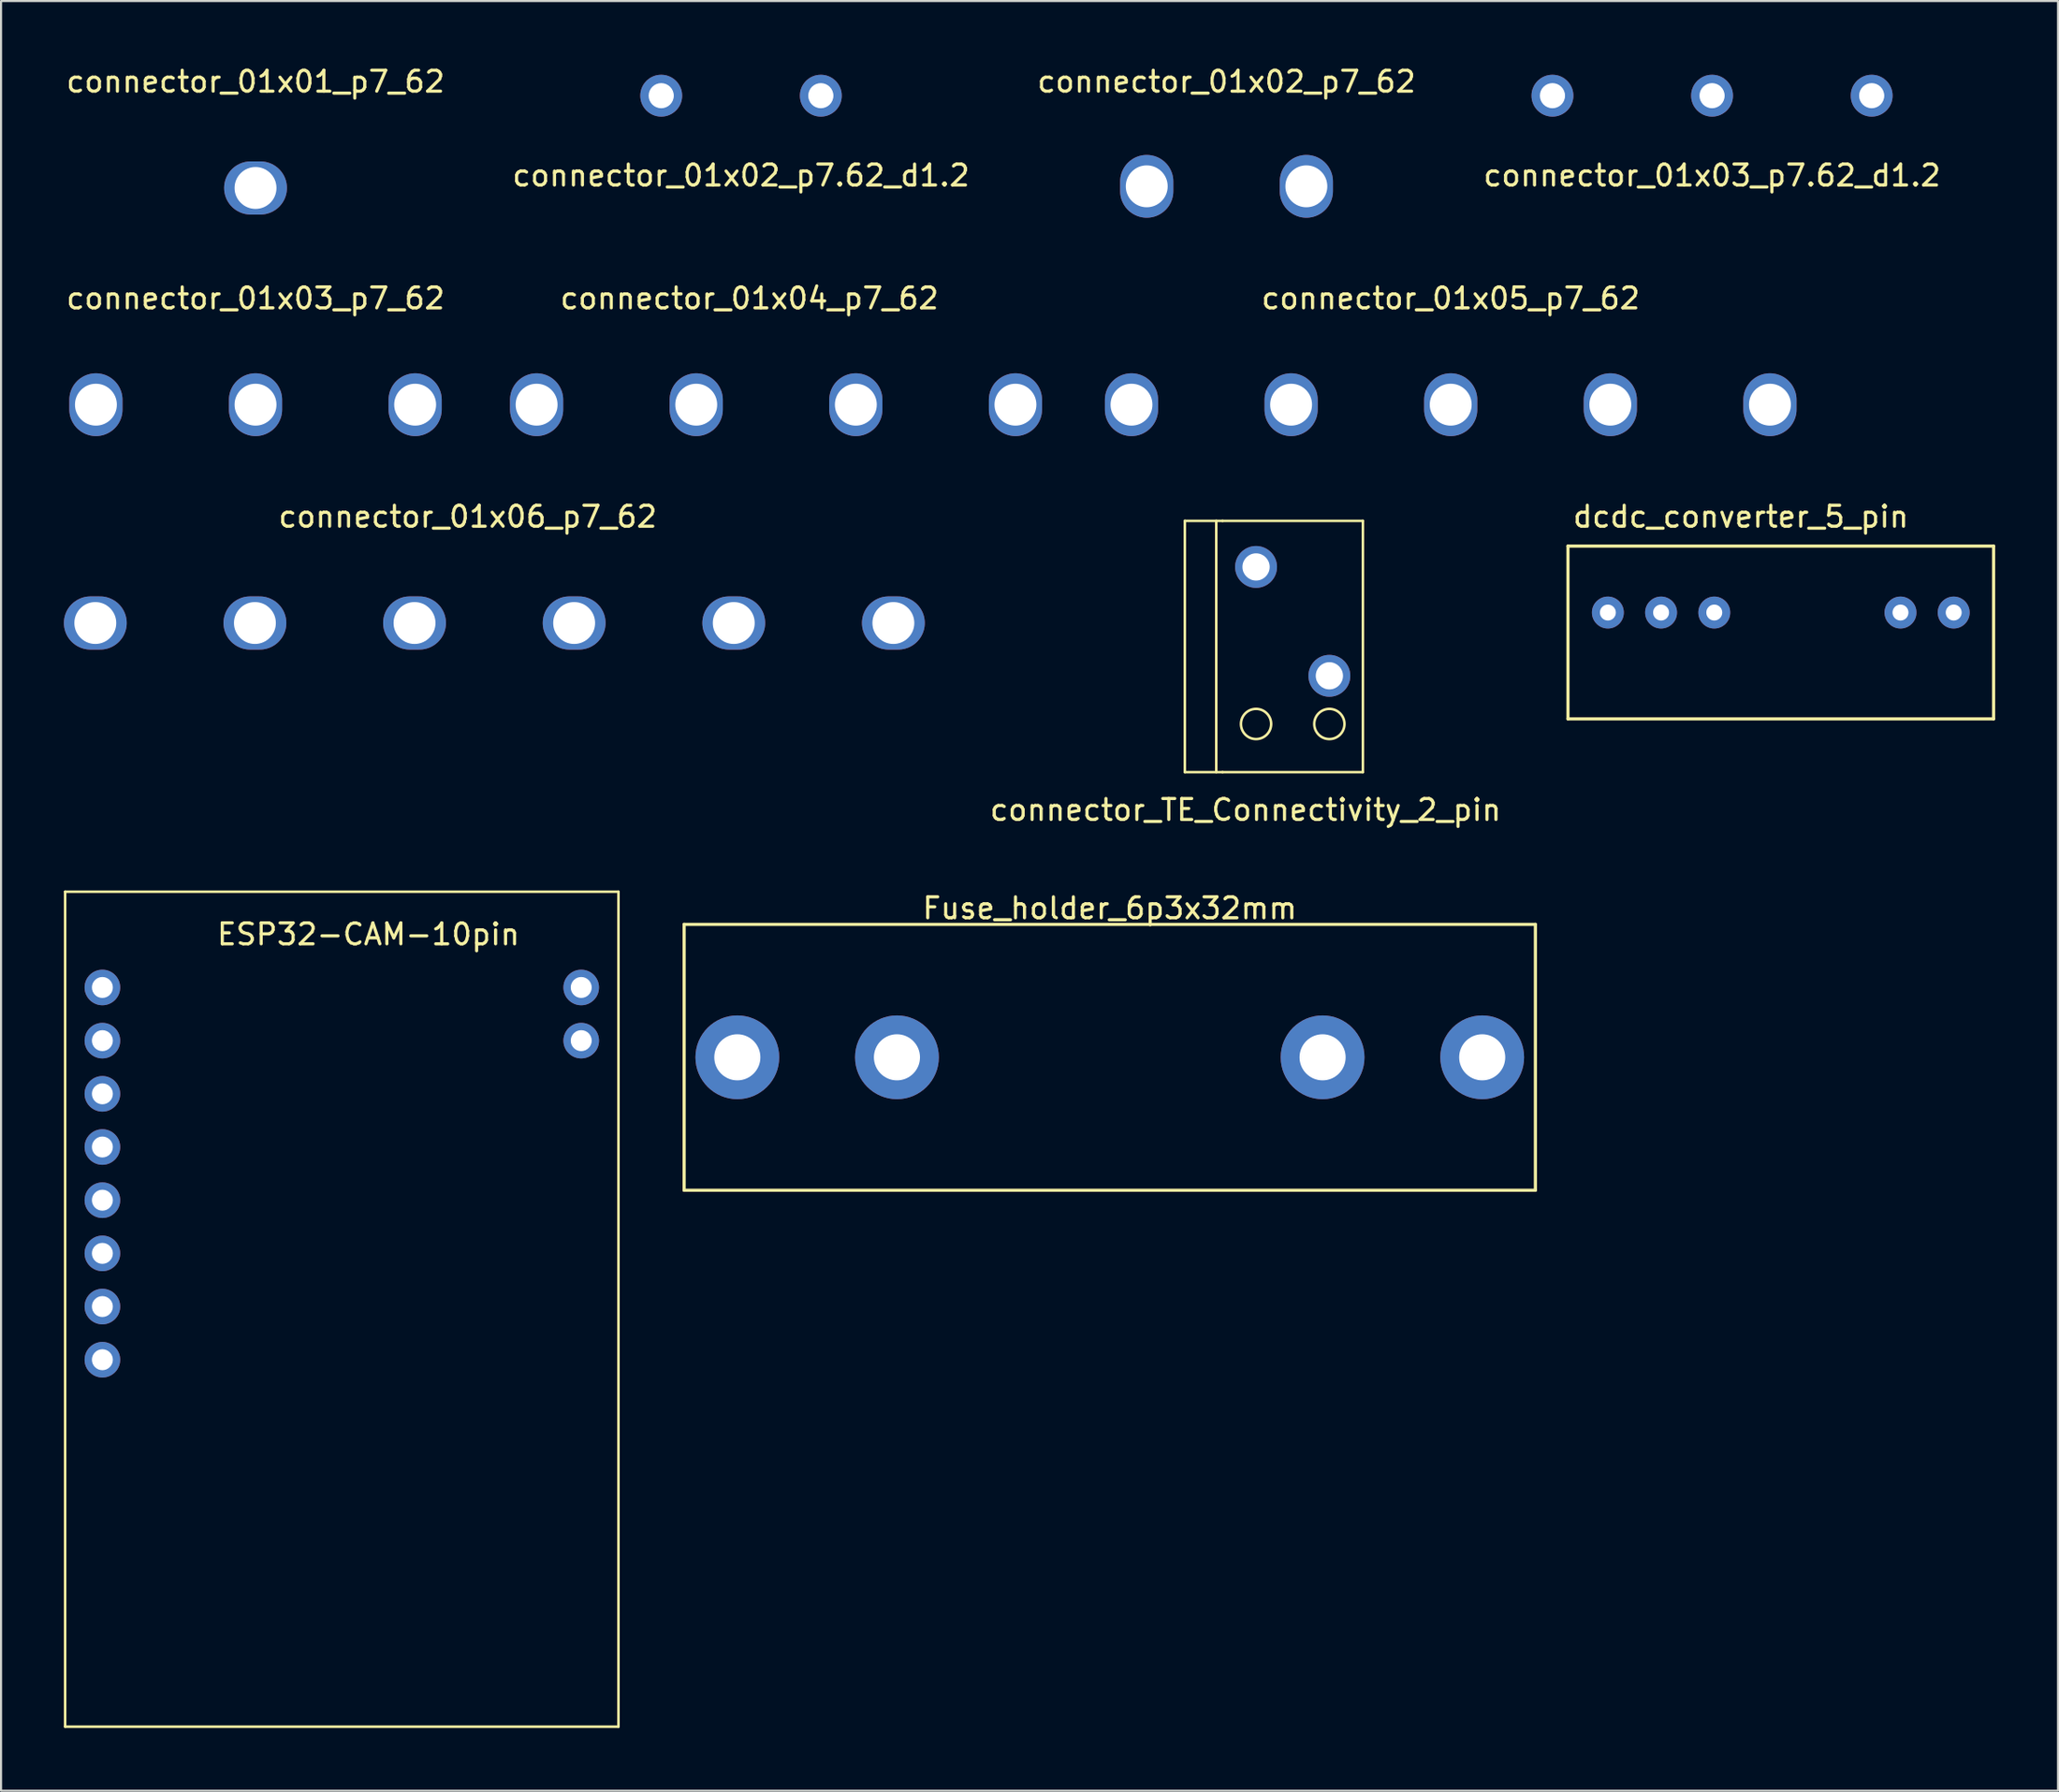
<source format=kicad_pcb>
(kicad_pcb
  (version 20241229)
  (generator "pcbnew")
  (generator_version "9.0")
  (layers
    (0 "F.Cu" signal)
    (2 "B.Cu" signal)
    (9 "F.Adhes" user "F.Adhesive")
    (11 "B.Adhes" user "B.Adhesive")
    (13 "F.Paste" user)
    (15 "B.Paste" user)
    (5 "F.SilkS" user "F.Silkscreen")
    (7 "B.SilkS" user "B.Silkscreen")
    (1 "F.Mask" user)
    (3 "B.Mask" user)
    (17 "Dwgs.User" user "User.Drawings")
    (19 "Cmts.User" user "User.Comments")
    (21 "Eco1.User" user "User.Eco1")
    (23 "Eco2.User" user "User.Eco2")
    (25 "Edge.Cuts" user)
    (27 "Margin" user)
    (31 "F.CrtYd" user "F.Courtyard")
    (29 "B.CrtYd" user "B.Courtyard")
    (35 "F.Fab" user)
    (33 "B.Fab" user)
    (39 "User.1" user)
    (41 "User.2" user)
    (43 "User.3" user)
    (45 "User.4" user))
  (footprint "dcdc_converter_5_pin"
    (layer "F.Cu")
    (at 80.061 21.126)
    (property "Reference" "dcdc_converter_5_pin" (at 0 0.5 0) (layer "F.SilkS") (effects (font (size 1 1) (thickness 0.15))))
    (attr through_hole)
    (fp_line (start -8.255 1.905) (end -8.255 10.16) (stroke (width 0.15) (type solid)) (layer "F.SilkS"))
    (fp_line (start -8.255 10.16) (end 12.065 10.16) (stroke (width 0.15) (type solid)) (layer "F.SilkS"))
    (fp_line (start 12.065 1.905) (end -8.255 1.905) (stroke (width 0.15) (type solid)) (layer "F.SilkS"))
    (fp_line (start 12.065 10.16) (end 12.065 1.905) (stroke (width 0.15) (type solid)) (layer "F.SilkS"))
    (pad "1" thru_hole circle (at -6.35 5.08) (size 1.524 1.524) (drill 0.762) (layers "*.Cu" "*.Mask"))
    (pad "2" thru_hole circle (at -3.81 5.08) (size 1.524 1.524) (drill 0.762) (layers "*.Cu" "*.Mask"))
    (pad "3" thru_hole circle (at -1.27 5.08) (size 1.524 1.524) (drill 0.762) (layers "*.Cu" "*.Mask"))
    (pad "6" thru_hole circle (at 7.62 5.08) (size 1.524 1.524) (drill 0.762) (layers "*.Cu" "*.Mask"))
    (pad "7" thru_hole circle (at 10.16 5.08) (size 1.524 1.524) (drill 0.762) (layers "*.Cu" "*.Mask")))
  (footprint "connector_01x03_p7.62_d1.2"
    (layer "F.Cu")
    (at 78.685 0.25)
    (property "Reference" "connector_01x03_p7.62_d1.2" (at 0 5.08 0) (layer "F.SilkS") (effects (font (size 1 1) (thickness 0.15))))
    (attr through_hole)
    (pad "1" thru_hole circle (at -7.62 1.27) (size 2 2) (drill 1.2) (layers "*.Cu" "*.Mask"))
    (pad "2" thru_hole circle (at 0 1.27) (size 2 2) (drill 1.2) (layers "*.Cu" "*.Mask"))
    (pad "3" thru_hole circle (at 7.62 1.27) (size 2 2) (drill 1.2) (layers "*.Cu" "*.Mask")))
  (footprint "connector_01x02_p7_62"
    (layer "F.Cu")
    (at 55.506 3.388)
    (property "Reference" "connector_01x02_p7_62" (at 0 -2.54 0) (layer "F.SilkS") (effects (font (size 1 1) (thickness 0.15))))
    (attr through_hole)
    (pad "1" thru_hole oval (at -3.81 2.461 90) (size 3 2.54) (drill 2) (layers "*.Cu" "*.Mask"))
    (pad "2" thru_hole oval (at 3.81 2.461 90) (size 3 2.54) (drill 2) (layers "*.Cu" "*.Mask")))
  (footprint "connector_01x06_p7_62"
    (layer "F.Cu")
    (at 19.28 24.166)
    (property "Reference" "connector_01x06_p7_62" (at 0 -2.54 0) (layer "F.SilkS") (effects (font (size 1 1) (thickness 0.15))))
    (attr through_hole)
    (pad "1" thru_hole oval (at -17.78 2.54) (size 3 2.54) (drill 2) (layers "*.Cu" "*.Mask"))
    (pad "2" thru_hole oval (at -10.16 2.54) (size 3 2.54) (drill 2) (layers "*.Cu" "*.Mask"))
    (pad "3" thru_hole oval (at -2.54 2.54) (size 3 2.54) (drill 2) (layers "*.Cu" "*.Mask"))
    (pad "4" thru_hole oval (at 5.08 2.54) (size 3 2.54) (drill 2) (layers "*.Cu" "*.Mask"))
    (pad "5" thru_hole oval (at 12.7 2.54) (size 3 2.54) (drill 2) (layers "*.Cu" "*.Mask"))
    (pad "6" thru_hole oval (at 20.32 2.54) (size 3 2.54) (drill 2) (layers "*.Cu" "*.Mask")))
  (footprint "ESP32-CAM-10pin"
    (layer "F.Cu")
    (at 14.538 51.733)
    (property "Reference" "ESP32-CAM-10pin" (at 0 -10.16 0) (layer "F.SilkS") (effects (font (size 1 1) (thickness 0.15))))
    (attr through_hole)
    (fp_line (start -14.478 -12.192) (end -14.478 27.686) (stroke (width 0.12) (type solid)) (layer "F.SilkS"))
    (fp_line (start -14.478 27.686) (end 11.938 27.686) (stroke (width 0.12) (type solid)) (layer "F.SilkS"))
    (fp_line (start 11.938 -12.192) (end -14.478 -12.192) (stroke (width 0.12) (type solid)) (layer "F.SilkS"))
    (fp_line (start 11.938 27.686) (end 11.938 -12.192) (stroke (width 0.12) (type solid)) (layer "F.SilkS"))
    (pad "1" thru_hole circle (at -12.7 -7.62) (size 1.7 1.7) (drill 1) (layers "*.Cu" "*.Mask"))
    (pad "2" thru_hole circle (at -12.7 -5.08) (size 1.7 1.7) (drill 1) (layers "*.Cu" "*.Mask"))
    (pad "3" thru_hole circle (at -12.7 -2.54) (size 1.7 1.7) (drill 1) (layers "*.Cu" "*.Mask"))
    (pad "4" thru_hole circle (at -12.7 0) (size 1.7 1.7) (drill 1) (layers "*.Cu" "*.Mask"))
    (pad "5" thru_hole circle (at -12.7 2.54) (size 1.7 1.7) (drill 1) (layers "*.Cu" "*.Mask"))
    (pad "6" thru_hole circle (at -12.7 5.08) (size 1.7 1.7) (drill 1) (layers "*.Cu" "*.Mask"))
    (pad "7" thru_hole circle (at -12.7 7.62) (size 1.7 1.7) (drill 1) (layers "*.Cu" "*.Mask"))
    (pad "8" thru_hole circle (at -12.7 10.16) (size 1.7 1.7) (drill 1) (layers "*.Cu" "*.Mask"))
    (pad "15" thru_hole circle (at 10.16 -5.08) (size 1.7 1.7) (drill 1) (layers "*.Cu" "*.Mask"))
    (pad "16" thru_hole circle (at 10.16 -7.62) (size 1.7 1.7) (drill 1) (layers "*.Cu" "*.Mask")))
  (footprint "Fuse_holder_6p3x32mm"
    (layer "F.Cu")
    (at 49.931 39.829)
    (property "Reference" "Fuse_holder_6p3x32mm" (at 0 0.5 0) (layer "F.SilkS") (effects (font (size 1 1) (thickness 0.15))))
    (attr through_hole)
    (fp_line (start -20.32 1.27) (end 20.32 1.27) (stroke (width 0.15) (type solid)) (layer "F.SilkS"))
    (fp_line (start -20.32 13.97) (end -20.32 1.27) (stroke (width 0.15) (type solid)) (layer "F.SilkS"))
    (fp_line (start 20.32 1.27) (end 20.32 13.97) (stroke (width 0.15) (type solid)) (layer "F.SilkS"))
    (fp_line (start 20.32 13.97) (end -20.32 13.97) (stroke (width 0.15) (type solid)) (layer "F.SilkS"))
    (pad "1" thru_hole circle (at -17.78 7.62) (size 4 4) (drill 2.2) (layers "*.Cu" "*.Mask"))
    (pad "1" thru_hole circle (at -10.16 7.62) (size 4 4) (drill 2.2) (layers "*.Cu" "*.Mask"))
    (pad "2" thru_hole circle (at 10.16 7.62) (size 4 4) (drill 2.2) (layers "*.Cu" "*.Mask"))
    (pad "2" thru_hole circle (at 17.78 7.62) (size 4 4) (drill 2.2) (layers "*.Cu" "*.Mask")))
  (footprint "connector_TE_Connectivity_2_pin"
    (layer "F.Cu")
    (at 56.415 21.028)
    (property "Reference" "connector_TE_Connectivity_2_pin" (at 0 14.605 0) (layer "F.SilkS") (effects (font (size 1 1) (thickness 0.15))))
    (attr through_hole)
    (fp_line (start -2.9 0.8) (end -2.9 12.8) (stroke (width 0.12) (type solid)) (layer "F.SilkS"))
    (fp_line (start -2.9 12.8) (end -1.1 12.8) (stroke (width 0.12) (type solid)) (layer "F.SilkS"))
    (fp_line (start -1.4 12.8) (end -1.4 0.8) (stroke (width 0.12) (type solid)) (layer "F.SilkS"))
    (fp_line (start -1.1 0.8) (end -2.9 0.8) (stroke (width 0.12) (type solid)) (layer "F.SilkS"))
    (fp_line (start -1.1 0.8) (end 5.6 0.8) (stroke (width 0.12) (type solid)) (layer "F.SilkS"))
    (fp_line (start 5.6 0.8) (end 5.6 12.8) (stroke (width 0.12) (type solid)) (layer "F.SilkS"))
    (fp_line (start 5.6 12.8) (end -1.1 12.8) (stroke (width 0.12) (type solid)) (layer "F.SilkS"))
    (fp_circle (center 0.5 10.5) (end 0.9 11.1) (stroke (width 0.12) (type solid)) (fill no) (layer "F.SilkS"))
    (fp_circle (center 4 10.5) (end 4.4 11.1) (stroke (width 0.12) (type solid)) (fill no) (layer "F.SilkS"))
    (pad "1" thru_hole circle (at 0.5 3) (size 2 2) (drill 1.3) (layers "*.Cu" "*.Mask"))
    (pad "2" thru_hole circle (at 4 8.2) (size 2 2) (drill 1.3) (layers "*.Cu" "*.Mask")))
  (footprint "connector_01x02_p7.62_d1.2"
    (layer "F.Cu")
    (at 32.327 0.25)
    (property "Reference" "connector_01x02_p7.62_d1.2" (at 0 5.08 0) (layer "F.SilkS") (effects (font (size 1 1) (thickness 0.15))))
    (attr through_hole)
    (pad "1" thru_hole circle (at -3.81 1.27) (size 2 2) (drill 1.2) (layers "*.Cu" "*.Mask"))
    (pad "2" thru_hole circle (at 3.81 1.27) (size 2 2) (drill 1.2) (layers "*.Cu" "*.Mask")))
  (footprint "connector_01x01_p7_62"
    (layer "F.Cu")
    (at 9.149 3.388)
    (property "Reference" "connector_01x01_p7_62" (at 0 -2.54 0) (layer "F.SilkS") (effects (font (size 1 1) (thickness 0.15))))
    (attr through_hole)
    (pad "1" thru_hole oval (at 0 2.54) (size 3 2.54) (drill 2) (layers "*.Cu" "*.Mask")))
  (footprint "connector_01x03_p7_62"
    (layer "F.Cu")
    (at 9.149 13.738)
    (property "Reference" "connector_01x03_p7_62" (at 0 -2.54 0) (layer "F.SilkS") (effects (font (size 1 1) (thickness 0.15))))
    (attr through_hole)
    (pad "1" thru_hole oval (at -7.62 2.54 90) (size 3 2.54) (drill 2) (layers "*.Cu" "*.Mask"))
    (pad "2" thru_hole oval (at 0 2.54 90) (size 3 2.54) (drill 2) (layers "*.Cu" "*.Mask"))
    (pad "3" thru_hole oval (at 7.62 2.54 90) (size 3 2.54) (drill 2) (layers "*.Cu" "*.Mask")))
  (footprint "connector_01x05_p7_62"
    (layer "F.Cu")
    (at 66.208 13.738)
    (property "Reference" "connector_01x05_p7_62" (at 0 -2.54 0) (layer "F.SilkS") (effects (font (size 1 1) (thickness 0.15))))
    (attr through_hole)
    (pad "1" thru_hole oval (at -15.24 2.54 90) (size 3 2.54) (drill 2) (layers "*.Cu" "*.Mask"))
    (pad "2" thru_hole oval (at -7.62 2.54 90) (size 3 2.54) (drill 2) (layers "*.Cu" "*.Mask"))
    (pad "3" thru_hole oval (at 0 2.54 90) (size 3 2.54) (drill 2) (layers "*.Cu" "*.Mask"))
    (pad "4" thru_hole oval (at 7.62 2.54 90) (size 3 2.54) (drill 2) (layers "*.Cu" "*.Mask"))
    (pad "5" thru_hole oval (at 15.24 2.54 90) (size 3 2.54) (drill 2) (layers "*.Cu" "*.Mask")))
  (footprint "connector_01x04_p7_62"
    (layer "F.Cu")
    (at 32.728 13.738)
    (property "Reference" "connector_01x04_p7_62" (at 0 -2.54 0) (layer "F.SilkS") (effects (font (size 1 1) (thickness 0.15))))
    (attr through_hole)
    (pad "1" thru_hole oval (at -10.16 2.54 90) (size 3 2.54) (drill 2) (layers "*.Cu" "*.Mask"))
    (pad "2" thru_hole oval (at -2.54 2.54 90) (size 3 2.54) (drill 2) (layers "*.Cu" "*.Mask"))
    (pad "3" thru_hole oval (at 5.08 2.54 90) (size 3 2.54) (drill 2) (layers "*.Cu" "*.Mask"))
    (pad "4" thru_hole oval (at 12.7 2.54 90) (size 3 2.54) (drill 2) (layers "*.Cu" "*.Mask")))
  (gr_rect
    (start -3 -3)
    (end 95.201 82.479)
    (stroke (width 0.1) (type default))
    (fill no)
    (layer "Edge.Cuts")))
</source>
